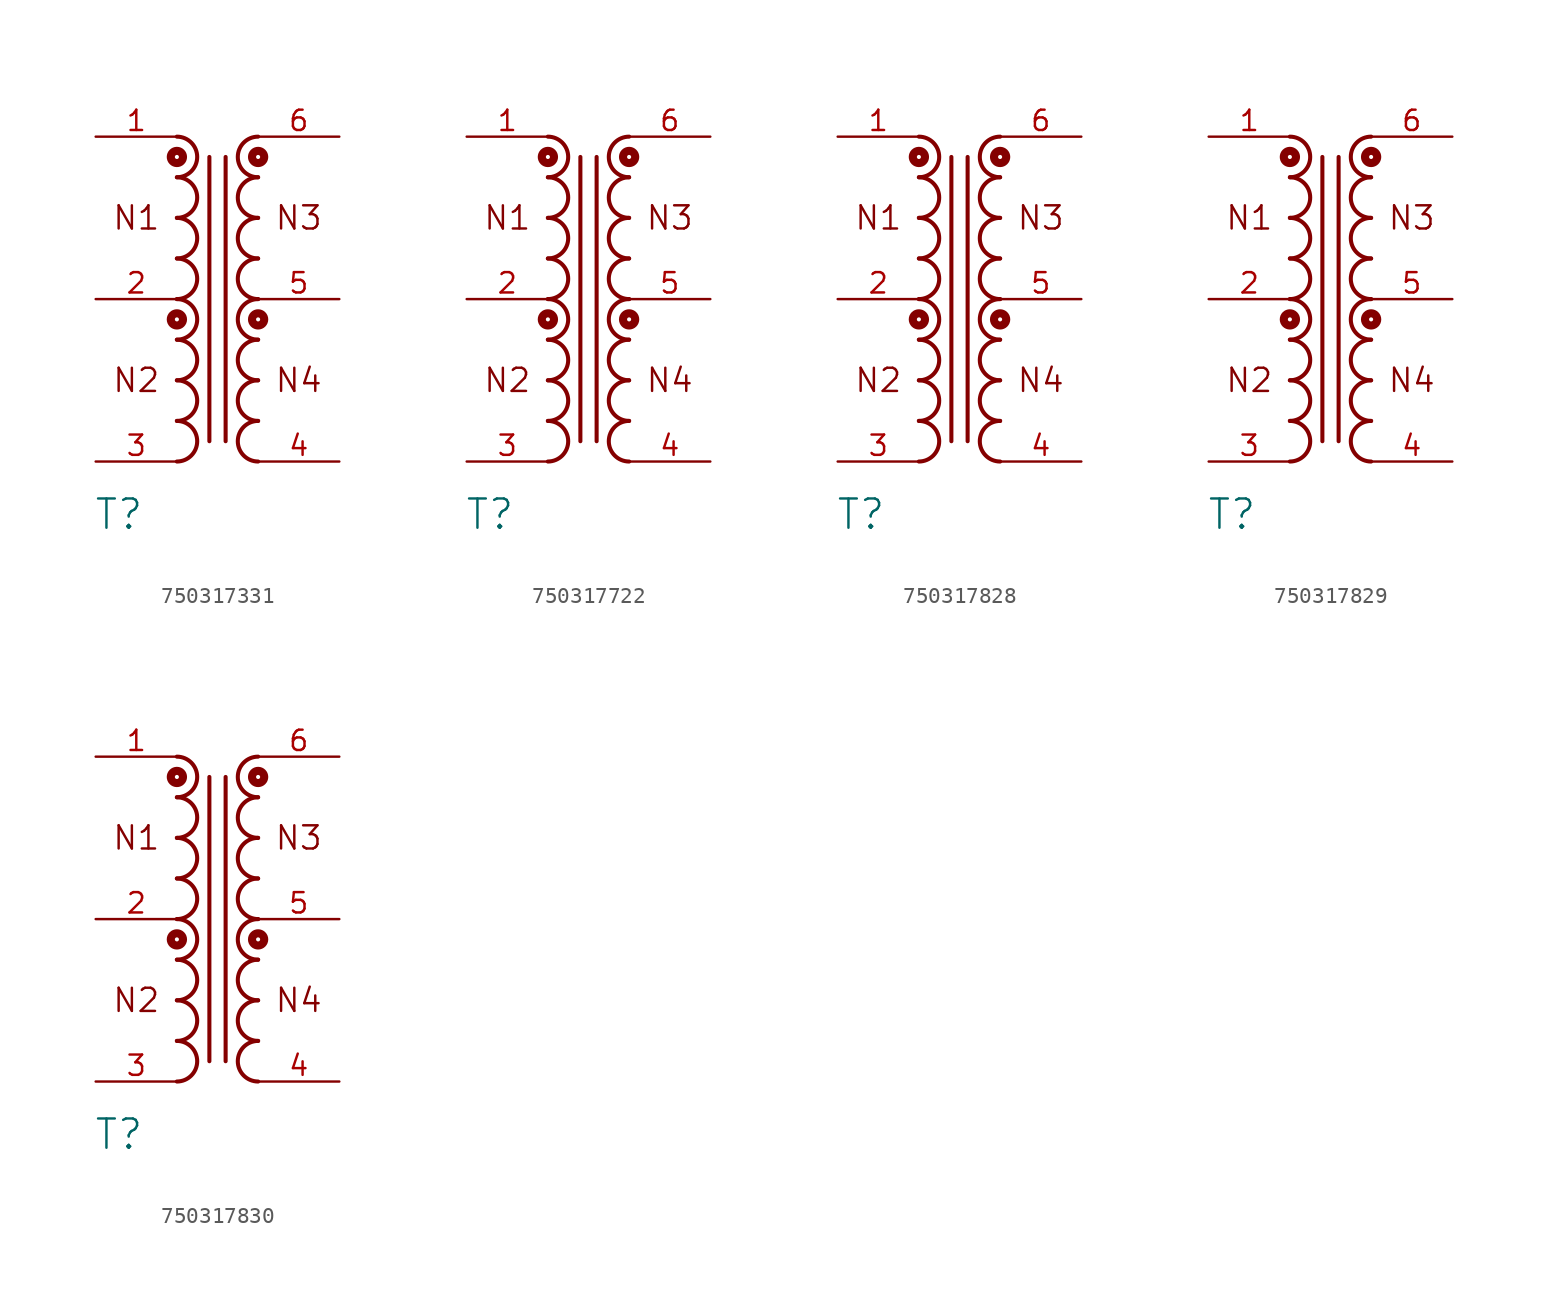
<source format=kicad_sym>
(kicad_symbol_lib
  (version 20231120)
  (generator "kicad_symbol_editor")
  (generator_version "8.0")
  (symbol "750317331"
    (property "Reference" "T"
      (at 1.457 -23.622 0)
      (effects (font (size 1.829 1.829))))
    (symbol "750317331_1_0"
      (polyline (pts (xy 7.112 -1.27) (xy 7.112 -19.05)) (stroke (width 0.254) (type solid)) (fill (type none)))
      (polyline (pts (xy 8.128 -1.27) (xy 8.128 -19.05)) (stroke (width 0.254) (type solid)) (fill (type none)))
      (arc (start 5.08 -20.32) (mid 6.35 -19.05) (end 5.08 -17.78) (stroke (width 0.254) (type solid)) (fill (type none)))
      (arc (start 5.08 -17.78) (mid 6.35 -16.51) (end 5.08 -15.24) (stroke (width 0.254) (type solid)) (fill (type none)))
      (arc (start 5.08 -15.24) (mid 6.35 -13.97) (end 5.08 -12.7) (stroke (width 0.254) (type solid)) (fill (type none)))
      (arc (start 5.08 -12.7) (mid 6.35 -11.43) (end 5.08 -10.16) (stroke (width 0.254) (type solid)) (fill (type none)))
      (circle (center 5.08 -11.43) (radius 0.127) (stroke (width 0.508) (type solid)) (fill (type none)))
      (arc (start 5.08 -10.16) (mid 6.35 -8.89) (end 5.08 -7.62) (stroke (width 0.254) (type solid)) (fill (type none)))
      (arc (start 5.08 -7.62) (mid 6.35 -6.35) (end 5.08 -5.08) (stroke (width 0.254) (type solid)) (fill (type none)))
      (arc (start 5.08 -5.08) (mid 6.35 -3.81) (end 5.08 -2.54) (stroke (width 0.254) (type solid)) (fill (type none)))
      (arc (start 5.08 -2.54) (mid 6.35 -1.27) (end 5.08 0) (stroke (width 0.254) (type solid)) (fill (type none)))
      (circle (center 5.08 -1.27) (radius 0.127) (stroke (width 0.508) (type solid)) (fill (type none)))
      (arc (start 10.16 -17.78) (mid 8.89 -19.05) (end 10.16 -20.32) (stroke (width 0.254) (type solid)) (fill (type none)))
      (arc (start 10.16 -15.24) (mid 8.89 -16.51) (end 10.16 -17.78) (stroke (width 0.254) (type solid)) (fill (type none)))
      (arc (start 10.16 -12.7) (mid 8.89 -13.97) (end 10.16 -15.24) (stroke (width 0.254) (type solid)) (fill (type none)))
      (circle (center 10.16 -11.43) (radius 0.127) (stroke (width 0.508) (type solid)) (fill (type none)))
      (arc (start 10.16 -10.16) (mid 8.89 -11.43) (end 10.16 -12.7) (stroke (width 0.254) (type solid)) (fill (type none)))
      (arc (start 10.16 -7.62) (mid 8.89 -8.89) (end 10.16 -10.16) (stroke (width 0.254) (type solid)) (fill (type none)))
      (arc (start 10.16 -5.08) (mid 8.89 -6.35) (end 10.16 -7.62) (stroke (width 0.254) (type solid)) (fill (type none)))
      (arc (start 10.16 -2.54) (mid 8.89 -3.81) (end 10.16 -5.08) (stroke (width 0.254) (type solid)) (fill (type none)))
      (circle (center 10.16 -1.27) (radius 0.127) (stroke (width 0.508) (type solid)) (fill (type none)))
      (arc (start 10.16 0) (mid 8.89 -1.27) (end 10.16 -2.54) (stroke (width 0.254) (type solid)) (fill (type none)))
      (text "N1" (at 2.54 -5.08 0) (effects (font (size 1.448 1.448))))
      (text "N2" (at 2.54 -15.24 0) (effects (font (size 1.448 1.448))))
      (text "N3" (at 12.7 -5.08 0) (effects (font (size 1.448 1.448))))
      (text "N4" (at 12.7 -15.24 0) (effects (font (size 1.448 1.448))))
      (pin passive line (at 0 0 0) (length 5.08) (name "1" (effects (font (size 0 0)))) (number "1" (effects (font (size 1.27 1.27)))))
      (pin passive line (at 0 -10.16 0) (length 5.08) (name "2" (effects (font (size 0 0)))) (number "2" (effects (font (size 1.27 1.27)))))
      (pin passive line (at 0 -20.32 0) (length 5.08) (name "3" (effects (font (size 0 0)))) (number "3" (effects (font (size 1.27 1.27)))))
      (pin passive line (at 15.24 -20.32 180) (length 5.08) (name "4" (effects (font (size 0 0)))) (number "4" (effects (font (size 1.27 1.27)))))
      (pin passive line (at 15.24 -10.16 180) (length 5.08) (name "5" (effects (font (size 0 0)))) (number "5" (effects (font (size 1.27 1.27)))))
      (pin passive line (at 15.24 0 180) (length 5.08) (name "6" (effects (font (size 0 0)))) (number "6" (effects (font (size 1.27 1.27)))))))
  (symbol "750317722"
    (property "Reference" "T"
      (at 1.457 -23.622 0)
      (effects (font (size 1.829 1.829))))
    (symbol "750317722_1_0"
      (polyline (pts (xy 7.112 -1.27) (xy 7.112 -19.05)) (stroke (width 0.254) (type solid)) (fill (type none)))
      (polyline (pts (xy 8.128 -1.27) (xy 8.128 -19.05)) (stroke (width 0.254) (type solid)) (fill (type none)))
      (arc (start 5.08 -20.32) (mid 6.35 -19.05) (end 5.08 -17.78) (stroke (width 0.254) (type solid)) (fill (type none)))
      (arc (start 5.08 -17.78) (mid 6.35 -16.51) (end 5.08 -15.24) (stroke (width 0.254) (type solid)) (fill (type none)))
      (arc (start 5.08 -15.24) (mid 6.35 -13.97) (end 5.08 -12.7) (stroke (width 0.254) (type solid)) (fill (type none)))
      (arc (start 5.08 -12.7) (mid 6.35 -11.43) (end 5.08 -10.16) (stroke (width 0.254) (type solid)) (fill (type none)))
      (circle (center 5.08 -11.43) (radius 0.127) (stroke (width 0.508) (type solid)) (fill (type none)))
      (arc (start 5.08 -10.16) (mid 6.35 -8.89) (end 5.08 -7.62) (stroke (width 0.254) (type solid)) (fill (type none)))
      (arc (start 5.08 -7.62) (mid 6.35 -6.35) (end 5.08 -5.08) (stroke (width 0.254) (type solid)) (fill (type none)))
      (arc (start 5.08 -5.08) (mid 6.35 -3.81) (end 5.08 -2.54) (stroke (width 0.254) (type solid)) (fill (type none)))
      (arc (start 5.08 -2.54) (mid 6.35 -1.27) (end 5.08 0) (stroke (width 0.254) (type solid)) (fill (type none)))
      (circle (center 5.08 -1.27) (radius 0.127) (stroke (width 0.508) (type solid)) (fill (type none)))
      (arc (start 10.16 -17.78) (mid 8.89 -19.05) (end 10.16 -20.32) (stroke (width 0.254) (type solid)) (fill (type none)))
      (arc (start 10.16 -15.24) (mid 8.89 -16.51) (end 10.16 -17.78) (stroke (width 0.254) (type solid)) (fill (type none)))
      (arc (start 10.16 -12.7) (mid 8.89 -13.97) (end 10.16 -15.24) (stroke (width 0.254) (type solid)) (fill (type none)))
      (circle (center 10.16 -11.43) (radius 0.127) (stroke (width 0.508) (type solid)) (fill (type none)))
      (arc (start 10.16 -10.16) (mid 8.89 -11.43) (end 10.16 -12.7) (stroke (width 0.254) (type solid)) (fill (type none)))
      (arc (start 10.16 -7.62) (mid 8.89 -8.89) (end 10.16 -10.16) (stroke (width 0.254) (type solid)) (fill (type none)))
      (arc (start 10.16 -5.08) (mid 8.89 -6.35) (end 10.16 -7.62) (stroke (width 0.254) (type solid)) (fill (type none)))
      (arc (start 10.16 -2.54) (mid 8.89 -3.81) (end 10.16 -5.08) (stroke (width 0.254) (type solid)) (fill (type none)))
      (circle (center 10.16 -1.27) (radius 0.127) (stroke (width 0.508) (type solid)) (fill (type none)))
      (arc (start 10.16 0) (mid 8.89 -1.27) (end 10.16 -2.54) (stroke (width 0.254) (type solid)) (fill (type none)))
      (text "N1" (at 2.54 -5.08 0) (effects (font (size 1.448 1.448))))
      (text "N2" (at 2.54 -15.24 0) (effects (font (size 1.448 1.448))))
      (text "N3" (at 12.7 -5.08 0) (effects (font (size 1.448 1.448))))
      (text "N4" (at 12.7 -15.24 0) (effects (font (size 1.448 1.448))))
      (pin passive line (at 0 0 0) (length 5.08) (name "1" (effects (font (size 0 0)))) (number "1" (effects (font (size 1.27 1.27)))))
      (pin passive line (at 0 -10.16 0) (length 5.08) (name "2" (effects (font (size 0 0)))) (number "2" (effects (font (size 1.27 1.27)))))
      (pin passive line (at 0 -20.32 0) (length 5.08) (name "3" (effects (font (size 0 0)))) (number "3" (effects (font (size 1.27 1.27)))))
      (pin passive line (at 15.24 -20.32 180) (length 5.08) (name "4" (effects (font (size 0 0)))) (number "4" (effects (font (size 1.27 1.27)))))
      (pin passive line (at 15.24 -10.16 180) (length 5.08) (name "5" (effects (font (size 0 0)))) (number "5" (effects (font (size 1.27 1.27)))))
      (pin passive line (at 15.24 0 180) (length 5.08) (name "6" (effects (font (size 0 0)))) (number "6" (effects (font (size 1.27 1.27)))))))
  (symbol "750317828"
    (property "Reference" "T"
      (at 1.457 -23.622 0)
      (effects (font (size 1.829 1.829))))
    (symbol "750317828_1_0"
      (polyline (pts (xy 7.112 -1.27) (xy 7.112 -19.05)) (stroke (width 0.254) (type solid)) (fill (type none)))
      (polyline (pts (xy 8.128 -1.27) (xy 8.128 -19.05)) (stroke (width 0.254) (type solid)) (fill (type none)))
      (arc (start 5.08 -20.32) (mid 6.35 -19.05) (end 5.08 -17.78) (stroke (width 0.254) (type solid)) (fill (type none)))
      (arc (start 5.08 -17.78) (mid 6.35 -16.51) (end 5.08 -15.24) (stroke (width 0.254) (type solid)) (fill (type none)))
      (arc (start 5.08 -15.24) (mid 6.35 -13.97) (end 5.08 -12.7) (stroke (width 0.254) (type solid)) (fill (type none)))
      (arc (start 5.08 -12.7) (mid 6.35 -11.43) (end 5.08 -10.16) (stroke (width 0.254) (type solid)) (fill (type none)))
      (circle (center 5.08 -11.43) (radius 0.127) (stroke (width 0.508) (type solid)) (fill (type none)))
      (arc (start 5.08 -10.16) (mid 6.35 -8.89) (end 5.08 -7.62) (stroke (width 0.254) (type solid)) (fill (type none)))
      (arc (start 5.08 -7.62) (mid 6.35 -6.35) (end 5.08 -5.08) (stroke (width 0.254) (type solid)) (fill (type none)))
      (arc (start 5.08 -5.08) (mid 6.35 -3.81) (end 5.08 -2.54) (stroke (width 0.254) (type solid)) (fill (type none)))
      (arc (start 5.08 -2.54) (mid 6.35 -1.27) (end 5.08 0) (stroke (width 0.254) (type solid)) (fill (type none)))
      (circle (center 5.08 -1.27) (radius 0.127) (stroke (width 0.508) (type solid)) (fill (type none)))
      (arc (start 10.16 -17.78) (mid 8.89 -19.05) (end 10.16 -20.32) (stroke (width 0.254) (type solid)) (fill (type none)))
      (arc (start 10.16 -15.24) (mid 8.89 -16.51) (end 10.16 -17.78) (stroke (width 0.254) (type solid)) (fill (type none)))
      (arc (start 10.16 -12.7) (mid 8.89 -13.97) (end 10.16 -15.24) (stroke (width 0.254) (type solid)) (fill (type none)))
      (circle (center 10.16 -11.43) (radius 0.127) (stroke (width 0.508) (type solid)) (fill (type none)))
      (arc (start 10.16 -10.16) (mid 8.89 -11.43) (end 10.16 -12.7) (stroke (width 0.254) (type solid)) (fill (type none)))
      (arc (start 10.16 -7.62) (mid 8.89 -8.89) (end 10.16 -10.16) (stroke (width 0.254) (type solid)) (fill (type none)))
      (arc (start 10.16 -5.08) (mid 8.89 -6.35) (end 10.16 -7.62) (stroke (width 0.254) (type solid)) (fill (type none)))
      (arc (start 10.16 -2.54) (mid 8.89 -3.81) (end 10.16 -5.08) (stroke (width 0.254) (type solid)) (fill (type none)))
      (circle (center 10.16 -1.27) (radius 0.127) (stroke (width 0.508) (type solid)) (fill (type none)))
      (arc (start 10.16 0) (mid 8.89 -1.27) (end 10.16 -2.54) (stroke (width 0.254) (type solid)) (fill (type none)))
      (text "N1" (at 2.54 -5.08 0) (effects (font (size 1.448 1.448))))
      (text "N2" (at 2.54 -15.24 0) (effects (font (size 1.448 1.448))))
      (text "N3" (at 12.7 -5.08 0) (effects (font (size 1.448 1.448))))
      (text "N4" (at 12.7 -15.24 0) (effects (font (size 1.448 1.448))))
      (pin passive line (at 0 0 0) (length 5.08) (name "1" (effects (font (size 0 0)))) (number "1" (effects (font (size 1.27 1.27)))))
      (pin passive line (at 0 -10.16 0) (length 5.08) (name "2" (effects (font (size 0 0)))) (number "2" (effects (font (size 1.27 1.27)))))
      (pin passive line (at 0 -20.32 0) (length 5.08) (name "3" (effects (font (size 0 0)))) (number "3" (effects (font (size 1.27 1.27)))))
      (pin passive line (at 15.24 -20.32 180) (length 5.08) (name "4" (effects (font (size 0 0)))) (number "4" (effects (font (size 1.27 1.27)))))
      (pin passive line (at 15.24 -10.16 180) (length 5.08) (name "5" (effects (font (size 0 0)))) (number "5" (effects (font (size 1.27 1.27)))))
      (pin passive line (at 15.24 0 180) (length 5.08) (name "6" (effects (font (size 0 0)))) (number "6" (effects (font (size 1.27 1.27)))))))
  (symbol "750317829"
    (property "Reference" "T"
      (at 1.457 -23.622 0)
      (effects (font (size 1.829 1.829))))
    (symbol "750317829_1_0"
      (polyline (pts (xy 7.112 -1.27) (xy 7.112 -19.05)) (stroke (width 0.254) (type solid)) (fill (type none)))
      (polyline (pts (xy 8.128 -1.27) (xy 8.128 -19.05)) (stroke (width 0.254) (type solid)) (fill (type none)))
      (arc (start 5.08 -20.32) (mid 6.35 -19.05) (end 5.08 -17.78) (stroke (width 0.254) (type solid)) (fill (type none)))
      (arc (start 5.08 -17.78) (mid 6.35 -16.51) (end 5.08 -15.24) (stroke (width 0.254) (type solid)) (fill (type none)))
      (arc (start 5.08 -15.24) (mid 6.35 -13.97) (end 5.08 -12.7) (stroke (width 0.254) (type solid)) (fill (type none)))
      (arc (start 5.08 -12.7) (mid 6.35 -11.43) (end 5.08 -10.16) (stroke (width 0.254) (type solid)) (fill (type none)))
      (circle (center 5.08 -11.43) (radius 0.127) (stroke (width 0.508) (type solid)) (fill (type none)))
      (arc (start 5.08 -10.16) (mid 6.35 -8.89) (end 5.08 -7.62) (stroke (width 0.254) (type solid)) (fill (type none)))
      (arc (start 5.08 -7.62) (mid 6.35 -6.35) (end 5.08 -5.08) (stroke (width 0.254) (type solid)) (fill (type none)))
      (arc (start 5.08 -5.08) (mid 6.35 -3.81) (end 5.08 -2.54) (stroke (width 0.254) (type solid)) (fill (type none)))
      (arc (start 5.08 -2.54) (mid 6.35 -1.27) (end 5.08 0) (stroke (width 0.254) (type solid)) (fill (type none)))
      (circle (center 5.08 -1.27) (radius 0.127) (stroke (width 0.508) (type solid)) (fill (type none)))
      (arc (start 10.16 -17.78) (mid 8.89 -19.05) (end 10.16 -20.32) (stroke (width 0.254) (type solid)) (fill (type none)))
      (arc (start 10.16 -15.24) (mid 8.89 -16.51) (end 10.16 -17.78) (stroke (width 0.254) (type solid)) (fill (type none)))
      (arc (start 10.16 -12.7) (mid 8.89 -13.97) (end 10.16 -15.24) (stroke (width 0.254) (type solid)) (fill (type none)))
      (circle (center 10.16 -11.43) (radius 0.127) (stroke (width 0.508) (type solid)) (fill (type none)))
      (arc (start 10.16 -10.16) (mid 8.89 -11.43) (end 10.16 -12.7) (stroke (width 0.254) (type solid)) (fill (type none)))
      (arc (start 10.16 -7.62) (mid 8.89 -8.89) (end 10.16 -10.16) (stroke (width 0.254) (type solid)) (fill (type none)))
      (arc (start 10.16 -5.08) (mid 8.89 -6.35) (end 10.16 -7.62) (stroke (width 0.254) (type solid)) (fill (type none)))
      (arc (start 10.16 -2.54) (mid 8.89 -3.81) (end 10.16 -5.08) (stroke (width 0.254) (type solid)) (fill (type none)))
      (circle (center 10.16 -1.27) (radius 0.127) (stroke (width 0.508) (type solid)) (fill (type none)))
      (arc (start 10.16 0) (mid 8.89 -1.27) (end 10.16 -2.54) (stroke (width 0.254) (type solid)) (fill (type none)))
      (text "N1" (at 2.54 -5.08 0) (effects (font (size 1.448 1.448))))
      (text "N2" (at 2.54 -15.24 0) (effects (font (size 1.448 1.448))))
      (text "N3" (at 12.7 -5.08 0) (effects (font (size 1.448 1.448))))
      (text "N4" (at 12.7 -15.24 0) (effects (font (size 1.448 1.448))))
      (pin passive line (at 0 0 0) (length 5.08) (name "1" (effects (font (size 0 0)))) (number "1" (effects (font (size 1.27 1.27)))))
      (pin passive line (at 0 -10.16 0) (length 5.08) (name "2" (effects (font (size 0 0)))) (number "2" (effects (font (size 1.27 1.27)))))
      (pin passive line (at 0 -20.32 0) (length 5.08) (name "3" (effects (font (size 0 0)))) (number "3" (effects (font (size 1.27 1.27)))))
      (pin passive line (at 15.24 -20.32 180) (length 5.08) (name "4" (effects (font (size 0 0)))) (number "4" (effects (font (size 1.27 1.27)))))
      (pin passive line (at 15.24 -10.16 180) (length 5.08) (name "5" (effects (font (size 0 0)))) (number "5" (effects (font (size 1.27 1.27)))))
      (pin passive line (at 15.24 0 180) (length 5.08) (name "6" (effects (font (size 0 0)))) (number "6" (effects (font (size 1.27 1.27)))))))
  (symbol "750317830"
    (property "Reference" "T"
      (at 1.457 -23.622 0)
      (effects (font (size 1.829 1.829))))
    (symbol "750317830_1_0"
      (polyline (pts (xy 7.112 -1.27) (xy 7.112 -19.05)) (stroke (width 0.254) (type solid)) (fill (type none)))
      (polyline (pts (xy 8.128 -1.27) (xy 8.128 -19.05)) (stroke (width 0.254) (type solid)) (fill (type none)))
      (arc (start 5.08 -20.32) (mid 6.35 -19.05) (end 5.08 -17.78) (stroke (width 0.254) (type solid)) (fill (type none)))
      (arc (start 5.08 -17.78) (mid 6.35 -16.51) (end 5.08 -15.24) (stroke (width 0.254) (type solid)) (fill (type none)))
      (arc (start 5.08 -15.24) (mid 6.35 -13.97) (end 5.08 -12.7) (stroke (width 0.254) (type solid)) (fill (type none)))
      (arc (start 5.08 -12.7) (mid 6.35 -11.43) (end 5.08 -10.16) (stroke (width 0.254) (type solid)) (fill (type none)))
      (circle (center 5.08 -11.43) (radius 0.127) (stroke (width 0.508) (type solid)) (fill (type none)))
      (arc (start 5.08 -10.16) (mid 6.35 -8.89) (end 5.08 -7.62) (stroke (width 0.254) (type solid)) (fill (type none)))
      (arc (start 5.08 -7.62) (mid 6.35 -6.35) (end 5.08 -5.08) (stroke (width 0.254) (type solid)) (fill (type none)))
      (arc (start 5.08 -5.08) (mid 6.35 -3.81) (end 5.08 -2.54) (stroke (width 0.254) (type solid)) (fill (type none)))
      (arc (start 5.08 -2.54) (mid 6.35 -1.27) (end 5.08 0) (stroke (width 0.254) (type solid)) (fill (type none)))
      (circle (center 5.08 -1.27) (radius 0.127) (stroke (width 0.508) (type solid)) (fill (type none)))
      (arc (start 10.16 -17.78) (mid 8.89 -19.05) (end 10.16 -20.32) (stroke (width 0.254) (type solid)) (fill (type none)))
      (arc (start 10.16 -15.24) (mid 8.89 -16.51) (end 10.16 -17.78) (stroke (width 0.254) (type solid)) (fill (type none)))
      (arc (start 10.16 -12.7) (mid 8.89 -13.97) (end 10.16 -15.24) (stroke (width 0.254) (type solid)) (fill (type none)))
      (circle (center 10.16 -11.43) (radius 0.127) (stroke (width 0.508) (type solid)) (fill (type none)))
      (arc (start 10.16 -10.16) (mid 8.89 -11.43) (end 10.16 -12.7) (stroke (width 0.254) (type solid)) (fill (type none)))
      (arc (start 10.16 -7.62) (mid 8.89 -8.89) (end 10.16 -10.16) (stroke (width 0.254) (type solid)) (fill (type none)))
      (arc (start 10.16 -5.08) (mid 8.89 -6.35) (end 10.16 -7.62) (stroke (width 0.254) (type solid)) (fill (type none)))
      (arc (start 10.16 -2.54) (mid 8.89 -3.81) (end 10.16 -5.08) (stroke (width 0.254) (type solid)) (fill (type none)))
      (circle (center 10.16 -1.27) (radius 0.127) (stroke (width 0.508) (type solid)) (fill (type none)))
      (arc (start 10.16 0) (mid 8.89 -1.27) (end 10.16 -2.54) (stroke (width 0.254) (type solid)) (fill (type none)))
      (text "N1" (at 2.54 -5.08 0) (effects (font (size 1.448 1.448))))
      (text "N2" (at 2.54 -15.24 0) (effects (font (size 1.448 1.448))))
      (text "N3" (at 12.7 -5.08 0) (effects (font (size 1.448 1.448))))
      (text "N4" (at 12.7 -15.24 0) (effects (font (size 1.448 1.448))))
      (pin passive line (at 0 0 0) (length 5.08) (name "1" (effects (font (size 0 0)))) (number "1" (effects (font (size 1.27 1.27)))))
      (pin passive line (at 0 -10.16 0) (length 5.08) (name "2" (effects (font (size 0 0)))) (number "2" (effects (font (size 1.27 1.27)))))
      (pin passive line (at 0 -20.32 0) (length 5.08) (name "3" (effects (font (size 0 0)))) (number "3" (effects (font (size 1.27 1.27)))))
      (pin passive line (at 15.24 -20.32 180) (length 5.08) (name "4" (effects (font (size 0 0)))) (number "4" (effects (font (size 1.27 1.27)))))
      (pin passive line (at 15.24 -10.16 180) (length 5.08) (name "5" (effects (font (size 0 0)))) (number "5" (effects (font (size 1.27 1.27)))))
      (pin passive line (at 15.24 0 180) (length 5.08) (name "6" (effects (font (size 0 0)))) (number "6" (effects (font (size 1.27 1.27))))))))
</source>
